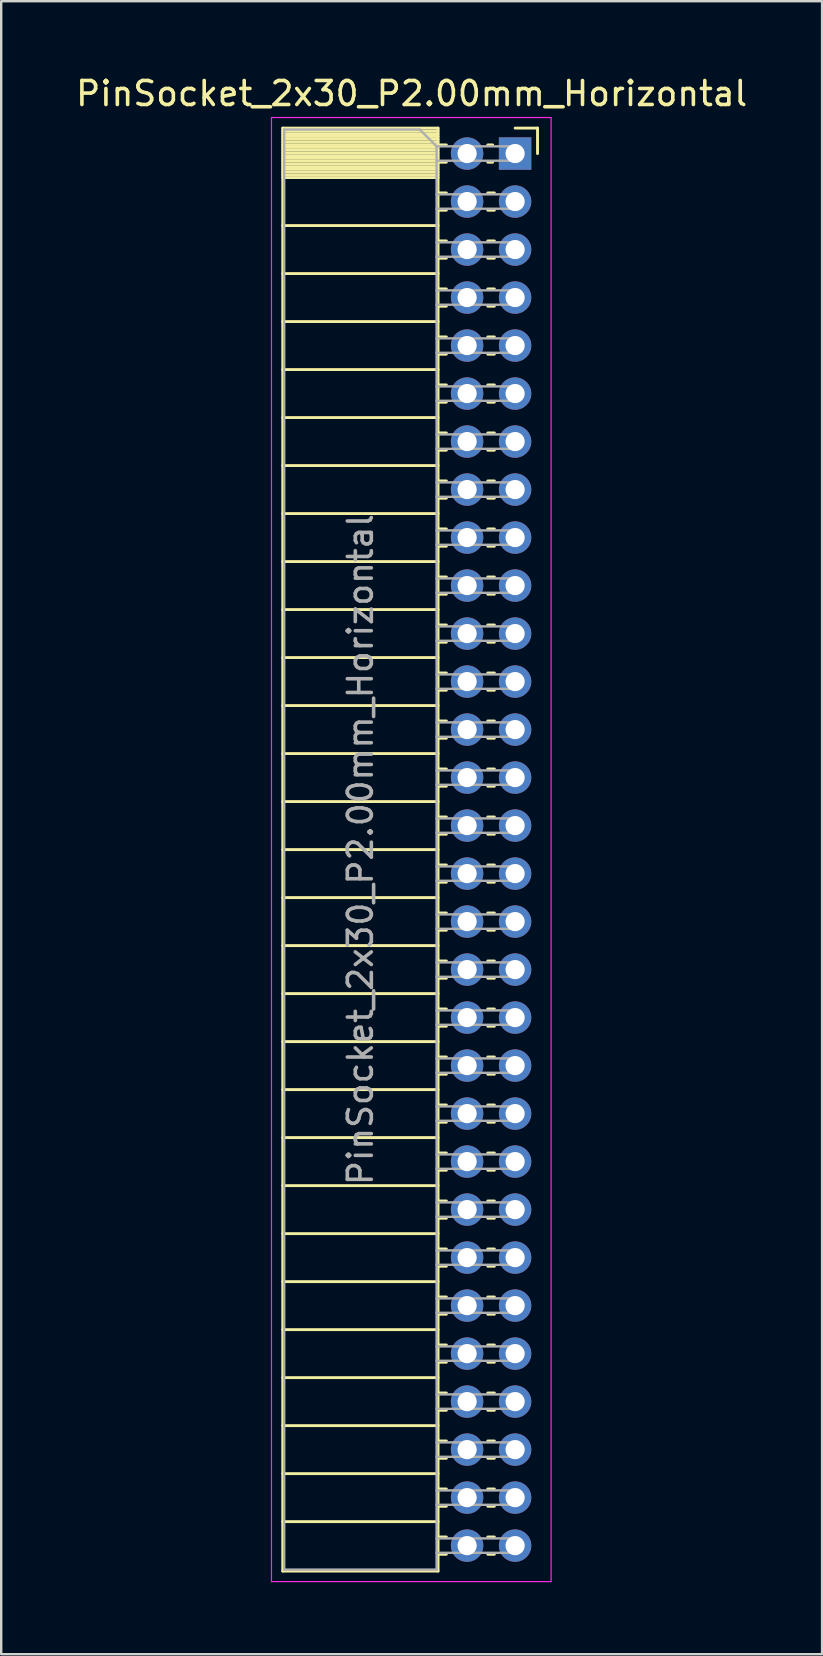
<source format=kicad_pcb>
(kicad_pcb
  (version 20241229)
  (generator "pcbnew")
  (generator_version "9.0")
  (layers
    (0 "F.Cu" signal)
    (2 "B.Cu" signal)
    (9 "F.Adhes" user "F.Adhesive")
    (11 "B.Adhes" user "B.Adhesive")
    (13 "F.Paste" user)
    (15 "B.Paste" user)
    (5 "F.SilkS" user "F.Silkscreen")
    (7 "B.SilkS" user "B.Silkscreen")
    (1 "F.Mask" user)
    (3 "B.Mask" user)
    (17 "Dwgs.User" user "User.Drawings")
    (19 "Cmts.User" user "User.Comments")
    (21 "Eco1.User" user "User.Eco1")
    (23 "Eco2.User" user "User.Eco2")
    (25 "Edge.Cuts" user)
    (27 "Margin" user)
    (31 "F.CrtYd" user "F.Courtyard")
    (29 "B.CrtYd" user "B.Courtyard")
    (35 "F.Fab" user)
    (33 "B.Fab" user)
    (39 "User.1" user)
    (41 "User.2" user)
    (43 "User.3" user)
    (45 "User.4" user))
  (footprint "PinSocket_2x30_P2.00mm_Horizontal"
    (layer "F.Cu")
    (at 18.411 3.348)
    (property "Reference" "PinSocket_2x30_P2.00mm_Horizontal" (at -4.31 -2.5 0) (layer "F.SilkS") (effects (font (size 1 1) (thickness 0.15))))
    (attr through_hole)
    (fp_line (start -9.68 -1.06) (end -9.68 59.06) (stroke (width 0.12) (type solid)) (layer "F.SilkS"))
    (fp_line (start -9.68 -1.06) (end -3.21 -1.06) (stroke (width 0.12) (type solid)) (layer "F.SilkS"))
    (fp_line (start -9.68 -0.94) (end -3.21 -0.94) (stroke (width 0.12) (type solid)) (layer "F.SilkS"))
    (fp_line (start -9.68 -0.826) (end -3.21 -0.826) (stroke (width 0.12) (type solid)) (layer "F.SilkS"))
    (fp_line (start -9.68 -0.712) (end -3.21 -0.712) (stroke (width 0.12) (type solid)) (layer "F.SilkS"))
    (fp_line (start -9.68 -0.598) (end -3.21 -0.598) (stroke (width 0.12) (type solid)) (layer "F.SilkS"))
    (fp_line (start -9.68 -0.484) (end -3.21 -0.484) (stroke (width 0.12) (type solid)) (layer "F.SilkS"))
    (fp_line (start -9.68 -0.369) (end -3.21 -0.369) (stroke (width 0.12) (type solid)) (layer "F.SilkS"))
    (fp_line (start -9.68 -0.255) (end -3.21 -0.255) (stroke (width 0.12) (type solid)) (layer "F.SilkS"))
    (fp_line (start -9.68 -0.141) (end -3.21 -0.141) (stroke (width 0.12) (type solid)) (layer "F.SilkS"))
    (fp_line (start -9.68 -0.027) (end -3.21 -0.027) (stroke (width 0.12) (type solid)) (layer "F.SilkS"))
    (fp_line (start -9.68 0.087) (end -3.21 0.087) (stroke (width 0.12) (type solid)) (layer "F.SilkS"))
    (fp_line (start -9.68 0.201) (end -3.21 0.201) (stroke (width 0.12) (type solid)) (layer "F.SilkS"))
    (fp_line (start -9.68 0.315) (end -3.21 0.315) (stroke (width 0.12) (type solid)) (layer "F.SilkS"))
    (fp_line (start -9.68 0.429) (end -3.21 0.429) (stroke (width 0.12) (type solid)) (layer "F.SilkS"))
    (fp_line (start -9.68 0.544) (end -3.21 0.544) (stroke (width 0.12) (type solid)) (layer "F.SilkS"))
    (fp_line (start -9.68 0.658) (end -3.21 0.658) (stroke (width 0.12) (type solid)) (layer "F.SilkS"))
    (fp_line (start -9.68 0.772) (end -3.21 0.772) (stroke (width 0.12) (type solid)) (layer "F.SilkS"))
    (fp_line (start -9.68 0.886) (end -3.21 0.886) (stroke (width 0.12) (type solid)) (layer "F.SilkS"))
    (fp_line (start -9.68 1) (end -3.21 1) (stroke (width 0.12) (type solid)) (layer "F.SilkS"))
    (fp_line (start -9.68 3) (end -3.21 3) (stroke (width 0.12) (type solid)) (layer "F.SilkS"))
    (fp_line (start -9.68 5) (end -3.21 5) (stroke (width 0.12) (type solid)) (layer "F.SilkS"))
    (fp_line (start -9.68 7) (end -3.21 7) (stroke (width 0.12) (type solid)) (layer "F.SilkS"))
    (fp_line (start -9.68 9) (end -3.21 9) (stroke (width 0.12) (type solid)) (layer "F.SilkS"))
    (fp_line (start -9.68 11) (end -3.21 11) (stroke (width 0.12) (type solid)) (layer "F.SilkS"))
    (fp_line (start -9.68 13) (end -3.21 13) (stroke (width 0.12) (type solid)) (layer "F.SilkS"))
    (fp_line (start -9.68 15) (end -3.21 15) (stroke (width 0.12) (type solid)) (layer "F.SilkS"))
    (fp_line (start -9.68 17) (end -3.21 17) (stroke (width 0.12) (type solid)) (layer "F.SilkS"))
    (fp_line (start -9.68 19) (end -3.21 19) (stroke (width 0.12) (type solid)) (layer "F.SilkS"))
    (fp_line (start -9.68 21) (end -3.21 21) (stroke (width 0.12) (type solid)) (layer "F.SilkS"))
    (fp_line (start -9.68 23) (end -3.21 23) (stroke (width 0.12) (type solid)) (layer "F.SilkS"))
    (fp_line (start -9.68 25) (end -3.21 25) (stroke (width 0.12) (type solid)) (layer "F.SilkS"))
    (fp_line (start -9.68 27) (end -3.21 27) (stroke (width 0.12) (type solid)) (layer "F.SilkS"))
    (fp_line (start -9.68 29) (end -3.21 29) (stroke (width 0.12) (type solid)) (layer "F.SilkS"))
    (fp_line (start -9.68 31) (end -3.21 31) (stroke (width 0.12) (type solid)) (layer "F.SilkS"))
    (fp_line (start -9.68 33) (end -3.21 33) (stroke (width 0.12) (type solid)) (layer "F.SilkS"))
    (fp_line (start -9.68 35) (end -3.21 35) (stroke (width 0.12) (type solid)) (layer "F.SilkS"))
    (fp_line (start -9.68 37) (end -3.21 37) (stroke (width 0.12) (type solid)) (layer "F.SilkS"))
    (fp_line (start -9.68 39) (end -3.21 39) (stroke (width 0.12) (type solid)) (layer "F.SilkS"))
    (fp_line (start -9.68 41) (end -3.21 41) (stroke (width 0.12) (type solid)) (layer "F.SilkS"))
    (fp_line (start -9.68 43) (end -3.21 43) (stroke (width 0.12) (type solid)) (layer "F.SilkS"))
    (fp_line (start -9.68 45) (end -3.21 45) (stroke (width 0.12) (type solid)) (layer "F.SilkS"))
    (fp_line (start -9.68 47) (end -3.21 47) (stroke (width 0.12) (type solid)) (layer "F.SilkS"))
    (fp_line (start -9.68 49) (end -3.21 49) (stroke (width 0.12) (type solid)) (layer "F.SilkS"))
    (fp_line (start -9.68 51) (end -3.21 51) (stroke (width 0.12) (type solid)) (layer "F.SilkS"))
    (fp_line (start -9.68 53) (end -3.21 53) (stroke (width 0.12) (type solid)) (layer "F.SilkS"))
    (fp_line (start -9.68 55) (end -3.21 55) (stroke (width 0.12) (type solid)) (layer "F.SilkS"))
    (fp_line (start -9.68 57) (end -3.21 57) (stroke (width 0.12) (type solid)) (layer "F.SilkS"))
    (fp_line (start -9.68 59.06) (end -3.21 59.06) (stroke (width 0.12) (type solid)) (layer "F.SilkS"))
    (fp_line (start -3.21 -1.06) (end -3.21 59.06) (stroke (width 0.12) (type solid)) (layer "F.SilkS"))
    (fp_line (start -3.21 -0.36) (end -2.863 -0.36) (stroke (width 0.12) (type solid)) (layer "F.SilkS"))
    (fp_line (start -3.21 0.36) (end -2.863 0.36) (stroke (width 0.12) (type solid)) (layer "F.SilkS"))
    (fp_line (start -3.21 1.64) (end -2.863 1.64) (stroke (width 0.12) (type solid)) (layer "F.SilkS"))
    (fp_line (start -3.21 2.36) (end -2.863 2.36) (stroke (width 0.12) (type solid)) (layer "F.SilkS"))
    (fp_line (start -3.21 3.64) (end -2.863 3.64) (stroke (width 0.12) (type solid)) (layer "F.SilkS"))
    (fp_line (start -3.21 4.36) (end -2.863 4.36) (stroke (width 0.12) (type solid)) (layer "F.SilkS"))
    (fp_line (start -3.21 5.64) (end -2.863 5.64) (stroke (width 0.12) (type solid)) (layer "F.SilkS"))
    (fp_line (start -3.21 6.36) (end -2.863 6.36) (stroke (width 0.12) (type solid)) (layer "F.SilkS"))
    (fp_line (start -3.21 7.64) (end -2.863 7.64) (stroke (width 0.12) (type solid)) (layer "F.SilkS"))
    (fp_line (start -3.21 8.36) (end -2.863 8.36) (stroke (width 0.12) (type solid)) (layer "F.SilkS"))
    (fp_line (start -3.21 9.64) (end -2.863 9.64) (stroke (width 0.12) (type solid)) (layer "F.SilkS"))
    (fp_line (start -3.21 10.36) (end -2.863 10.36) (stroke (width 0.12) (type solid)) (layer "F.SilkS"))
    (fp_line (start -3.21 11.64) (end -2.863 11.64) (stroke (width 0.12) (type solid)) (layer "F.SilkS"))
    (fp_line (start -3.21 12.36) (end -2.863 12.36) (stroke (width 0.12) (type solid)) (layer "F.SilkS"))
    (fp_line (start -3.21 13.64) (end -2.863 13.64) (stroke (width 0.12) (type solid)) (layer "F.SilkS"))
    (fp_line (start -3.21 14.36) (end -2.863 14.36) (stroke (width 0.12) (type solid)) (layer "F.SilkS"))
    (fp_line (start -3.21 15.64) (end -2.863 15.64) (stroke (width 0.12) (type solid)) (layer "F.SilkS"))
    (fp_line (start -3.21 16.36) (end -2.863 16.36) (stroke (width 0.12) (type solid)) (layer "F.SilkS"))
    (fp_line (start -3.21 17.64) (end -2.863 17.64) (stroke (width 0.12) (type solid)) (layer "F.SilkS"))
    (fp_line (start -3.21 18.36) (end -2.863 18.36) (stroke (width 0.12) (type solid)) (layer "F.SilkS"))
    (fp_line (start -3.21 19.64) (end -2.863 19.64) (stroke (width 0.12) (type solid)) (layer "F.SilkS"))
    (fp_line (start -3.21 20.36) (end -2.863 20.36) (stroke (width 0.12) (type solid)) (layer "F.SilkS"))
    (fp_line (start -3.21 21.64) (end -2.863 21.64) (stroke (width 0.12) (type solid)) (layer "F.SilkS"))
    (fp_line (start -3.21 22.36) (end -2.863 22.36) (stroke (width 0.12) (type solid)) (layer "F.SilkS"))
    (fp_line (start -3.21 23.64) (end -2.863 23.64) (stroke (width 0.12) (type solid)) (layer "F.SilkS"))
    (fp_line (start -3.21 24.36) (end -2.863 24.36) (stroke (width 0.12) (type solid)) (layer "F.SilkS"))
    (fp_line (start -3.21 25.64) (end -2.863 25.64) (stroke (width 0.12) (type solid)) (layer "F.SilkS"))
    (fp_line (start -3.21 26.36) (end -2.863 26.36) (stroke (width 0.12) (type solid)) (layer "F.SilkS"))
    (fp_line (start -3.21 27.64) (end -2.863 27.64) (stroke (width 0.12) (type solid)) (layer "F.SilkS"))
    (fp_line (start -3.21 28.36) (end -2.863 28.36) (stroke (width 0.12) (type solid)) (layer "F.SilkS"))
    (fp_line (start -3.21 29.64) (end -2.863 29.64) (stroke (width 0.12) (type solid)) (layer "F.SilkS"))
    (fp_line (start -3.21 30.36) (end -2.863 30.36) (stroke (width 0.12) (type solid)) (layer "F.SilkS"))
    (fp_line (start -3.21 31.64) (end -2.863 31.64) (stroke (width 0.12) (type solid)) (layer "F.SilkS"))
    (fp_line (start -3.21 32.36) (end -2.863 32.36) (stroke (width 0.12) (type solid)) (layer "F.SilkS"))
    (fp_line (start -3.21 33.64) (end -2.863 33.64) (stroke (width 0.12) (type solid)) (layer "F.SilkS"))
    (fp_line (start -3.21 34.36) (end -2.863 34.36) (stroke (width 0.12) (type solid)) (layer "F.SilkS"))
    (fp_line (start -3.21 35.64) (end -2.863 35.64) (stroke (width 0.12) (type solid)) (layer "F.SilkS"))
    (fp_line (start -3.21 36.36) (end -2.863 36.36) (stroke (width 0.12) (type solid)) (layer "F.SilkS"))
    (fp_line (start -3.21 37.64) (end -2.863 37.64) (stroke (width 0.12) (type solid)) (layer "F.SilkS"))
    (fp_line (start -3.21 38.36) (end -2.863 38.36) (stroke (width 0.12) (type solid)) (layer "F.SilkS"))
    (fp_line (start -3.21 39.64) (end -2.863 39.64) (stroke (width 0.12) (type solid)) (layer "F.SilkS"))
    (fp_line (start -3.21 40.36) (end -2.863 40.36) (stroke (width 0.12) (type solid)) (layer "F.SilkS"))
    (fp_line (start -3.21 41.64) (end -2.863 41.64) (stroke (width 0.12) (type solid)) (layer "F.SilkS"))
    (fp_line (start -3.21 42.36) (end -2.863 42.36) (stroke (width 0.12) (type solid)) (layer "F.SilkS"))
    (fp_line (start -3.21 43.64) (end -2.863 43.64) (stroke (width 0.12) (type solid)) (layer "F.SilkS"))
    (fp_line (start -3.21 44.36) (end -2.863 44.36) (stroke (width 0.12) (type solid)) (layer "F.SilkS"))
    (fp_line (start -3.21 45.64) (end -2.863 45.64) (stroke (width 0.12) (type solid)) (layer "F.SilkS"))
    (fp_line (start -3.21 46.36) (end -2.863 46.36) (stroke (width 0.12) (type solid)) (layer "F.SilkS"))
    (fp_line (start -3.21 47.64) (end -2.863 47.64) (stroke (width 0.12) (type solid)) (layer "F.SilkS"))
    (fp_line (start -3.21 48.36) (end -2.863 48.36) (stroke (width 0.12) (type solid)) (layer "F.SilkS"))
    (fp_line (start -3.21 49.64) (end -2.863 49.64) (stroke (width 0.12) (type solid)) (layer "F.SilkS"))
    (fp_line (start -3.21 50.36) (end -2.863 50.36) (stroke (width 0.12) (type solid)) (layer "F.SilkS"))
    (fp_line (start -3.21 51.64) (end -2.863 51.64) (stroke (width 0.12) (type solid)) (layer "F.SilkS"))
    (fp_line (start -3.21 52.36) (end -2.863 52.36) (stroke (width 0.12) (type solid)) (layer "F.SilkS"))
    (fp_line (start -3.21 53.64) (end -2.863 53.64) (stroke (width 0.12) (type solid)) (layer "F.SilkS"))
    (fp_line (start -3.21 54.36) (end -2.863 54.36) (stroke (width 0.12) (type solid)) (layer "F.SilkS"))
    (fp_line (start -3.21 55.64) (end -2.863 55.64) (stroke (width 0.12) (type solid)) (layer "F.SilkS"))
    (fp_line (start -3.21 56.36) (end -2.863 56.36) (stroke (width 0.12) (type solid)) (layer "F.SilkS"))
    (fp_line (start -3.21 57.64) (end -2.863 57.64) (stroke (width 0.12) (type solid)) (layer "F.SilkS"))
    (fp_line (start -3.21 58.36) (end -2.863 58.36) (stroke (width 0.12) (type solid)) (layer "F.SilkS"))
    (fp_line (start -1.137 -0.36) (end -0.935 -0.36) (stroke (width 0.12) (type solid)) (layer "F.SilkS"))
    (fp_line (start -1.137 0.36) (end -0.935 0.36) (stroke (width 0.12) (type solid)) (layer "F.SilkS"))
    (fp_line (start -1.137 1.64) (end -0.863 1.64) (stroke (width 0.12) (type solid)) (layer "F.SilkS"))
    (fp_line (start -1.137 2.36) (end -0.863 2.36) (stroke (width 0.12) (type solid)) (layer "F.SilkS"))
    (fp_line (start -1.137 3.64) (end -0.863 3.64) (stroke (width 0.12) (type solid)) (layer "F.SilkS"))
    (fp_line (start -1.137 4.36) (end -0.863 4.36) (stroke (width 0.12) (type solid)) (layer "F.SilkS"))
    (fp_line (start -1.137 5.64) (end -0.863 5.64) (stroke (width 0.12) (type solid)) (layer "F.SilkS"))
    (fp_line (start -1.137 6.36) (end -0.863 6.36) (stroke (width 0.12) (type solid)) (layer "F.SilkS"))
    (fp_line (start -1.137 7.64) (end -0.863 7.64) (stroke (width 0.12) (type solid)) (layer "F.SilkS"))
    (fp_line (start -1.137 8.36) (end -0.863 8.36) (stroke (width 0.12) (type solid)) (layer "F.SilkS"))
    (fp_line (start -1.137 9.64) (end -0.863 9.64) (stroke (width 0.12) (type solid)) (layer "F.SilkS"))
    (fp_line (start -1.137 10.36) (end -0.863 10.36) (stroke (width 0.12) (type solid)) (layer "F.SilkS"))
    (fp_line (start -1.137 11.64) (end -0.863 11.64) (stroke (width 0.12) (type solid)) (layer "F.SilkS"))
    (fp_line (start -1.137 12.36) (end -0.863 12.36) (stroke (width 0.12) (type solid)) (layer "F.SilkS"))
    (fp_line (start -1.137 13.64) (end -0.863 13.64) (stroke (width 0.12) (type solid)) (layer "F.SilkS"))
    (fp_line (start -1.137 14.36) (end -0.863 14.36) (stroke (width 0.12) (type solid)) (layer "F.SilkS"))
    (fp_line (start -1.137 15.64) (end -0.863 15.64) (stroke (width 0.12) (type solid)) (layer "F.SilkS"))
    (fp_line (start -1.137 16.36) (end -0.863 16.36) (stroke (width 0.12) (type solid)) (layer "F.SilkS"))
    (fp_line (start -1.137 17.64) (end -0.863 17.64) (stroke (width 0.12) (type solid)) (layer "F.SilkS"))
    (fp_line (start -1.137 18.36) (end -0.863 18.36) (stroke (width 0.12) (type solid)) (layer "F.SilkS"))
    (fp_line (start -1.137 19.64) (end -0.863 19.64) (stroke (width 0.12) (type solid)) (layer "F.SilkS"))
    (fp_line (start -1.137 20.36) (end -0.863 20.36) (stroke (width 0.12) (type solid)) (layer "F.SilkS"))
    (fp_line (start -1.137 21.64) (end -0.863 21.64) (stroke (width 0.12) (type solid)) (layer "F.SilkS"))
    (fp_line (start -1.137 22.36) (end -0.863 22.36) (stroke (width 0.12) (type solid)) (layer "F.SilkS"))
    (fp_line (start -1.137 23.64) (end -0.863 23.64) (stroke (width 0.12) (type solid)) (layer "F.SilkS"))
    (fp_line (start -1.137 24.36) (end -0.863 24.36) (stroke (width 0.12) (type solid)) (layer "F.SilkS"))
    (fp_line (start -1.137 25.64) (end -0.863 25.64) (stroke (width 0.12) (type solid)) (layer "F.SilkS"))
    (fp_line (start -1.137 26.36) (end -0.863 26.36) (stroke (width 0.12) (type solid)) (layer "F.SilkS"))
    (fp_line (start -1.137 27.64) (end -0.863 27.64) (stroke (width 0.12) (type solid)) (layer "F.SilkS"))
    (fp_line (start -1.137 28.36) (end -0.863 28.36) (stroke (width 0.12) (type solid)) (layer "F.SilkS"))
    (fp_line (start -1.137 29.64) (end -0.863 29.64) (stroke (width 0.12) (type solid)) (layer "F.SilkS"))
    (fp_line (start -1.137 30.36) (end -0.863 30.36) (stroke (width 0.12) (type solid)) (layer "F.SilkS"))
    (fp_line (start -1.137 31.64) (end -0.863 31.64) (stroke (width 0.12) (type solid)) (layer "F.SilkS"))
    (fp_line (start -1.137 32.36) (end -0.863 32.36) (stroke (width 0.12) (type solid)) (layer "F.SilkS"))
    (fp_line (start -1.137 33.64) (end -0.863 33.64) (stroke (width 0.12) (type solid)) (layer "F.SilkS"))
    (fp_line (start -1.137 34.36) (end -0.863 34.36) (stroke (width 0.12) (type solid)) (layer "F.SilkS"))
    (fp_line (start -1.137 35.64) (end -0.863 35.64) (stroke (width 0.12) (type solid)) (layer "F.SilkS"))
    (fp_line (start -1.137 36.36) (end -0.863 36.36) (stroke (width 0.12) (type solid)) (layer "F.SilkS"))
    (fp_line (start -1.137 37.64) (end -0.863 37.64) (stroke (width 0.12) (type solid)) (layer "F.SilkS"))
    (fp_line (start -1.137 38.36) (end -0.863 38.36) (stroke (width 0.12) (type solid)) (layer "F.SilkS"))
    (fp_line (start -1.137 39.64) (end -0.863 39.64) (stroke (width 0.12) (type solid)) (layer "F.SilkS"))
    (fp_line (start -1.137 40.36) (end -0.863 40.36) (stroke (width 0.12) (type solid)) (layer "F.SilkS"))
    (fp_line (start -1.137 41.64) (end -0.863 41.64) (stroke (width 0.12) (type solid)) (layer "F.SilkS"))
    (fp_line (start -1.137 42.36) (end -0.863 42.36) (stroke (width 0.12) (type solid)) (layer "F.SilkS"))
    (fp_line (start -1.137 43.64) (end -0.863 43.64) (stroke (width 0.12) (type solid)) (layer "F.SilkS"))
    (fp_line (start -1.137 44.36) (end -0.863 44.36) (stroke (width 0.12) (type solid)) (layer "F.SilkS"))
    (fp_line (start -1.137 45.64) (end -0.863 45.64) (stroke (width 0.12) (type solid)) (layer "F.SilkS"))
    (fp_line (start -1.137 46.36) (end -0.863 46.36) (stroke (width 0.12) (type solid)) (layer "F.SilkS"))
    (fp_line (start -1.137 47.64) (end -0.863 47.64) (stroke (width 0.12) (type solid)) (layer "F.SilkS"))
    (fp_line (start -1.137 48.36) (end -0.863 48.36) (stroke (width 0.12) (type solid)) (layer "F.SilkS"))
    (fp_line (start -1.137 49.64) (end -0.863 49.64) (stroke (width 0.12) (type solid)) (layer "F.SilkS"))
    (fp_line (start -1.137 50.36) (end -0.863 50.36) (stroke (width 0.12) (type solid)) (layer "F.SilkS"))
    (fp_line (start -1.137 51.64) (end -0.863 51.64) (stroke (width 0.12) (type solid)) (layer "F.SilkS"))
    (fp_line (start -1.137 52.36) (end -0.863 52.36) (stroke (width 0.12) (type solid)) (layer "F.SilkS"))
    (fp_line (start -1.137 53.64) (end -0.863 53.64) (stroke (width 0.12) (type solid)) (layer "F.SilkS"))
    (fp_line (start -1.137 54.36) (end -0.863 54.36) (stroke (width 0.12) (type solid)) (layer "F.SilkS"))
    (fp_line (start -1.137 55.64) (end -0.863 55.64) (stroke (width 0.12) (type solid)) (layer "F.SilkS"))
    (fp_line (start -1.137 56.36) (end -0.863 56.36) (stroke (width 0.12) (type solid)) (layer "F.SilkS"))
    (fp_line (start -1.137 57.64) (end -0.863 57.64) (stroke (width 0.12) (type solid)) (layer "F.SilkS"))
    (fp_line (start -1.137 58.36) (end -0.863 58.36) (stroke (width 0.12) (type solid)) (layer "F.SilkS"))
    (fp_line (start 0 -1.06) (end 0.935 -1.06) (stroke (width 0.12) (type solid)) (layer "F.SilkS"))
    (fp_line (start 0.935 -1.06) (end 0.935 0) (stroke (width 0.12) (type solid)) (layer "F.SilkS"))
    (fp_line (start -10.15 -1.5) (end -10.15 59.5) (stroke (width 0.05) (type solid)) (layer "F.CrtYd"))
    (fp_line (start -10.15 59.5) (end 1.5 59.5) (stroke (width 0.05) (type solid)) (layer "F.CrtYd"))
    (fp_line (start 1.5 -1.5) (end -10.15 -1.5) (stroke (width 0.05) (type solid)) (layer "F.CrtYd"))
    (fp_line (start 1.5 59.5) (end 1.5 -1.5) (stroke (width 0.05) (type solid)) (layer "F.CrtYd"))
    (fp_line (start -9.62 -1) (end -3.97 -1) (stroke (width 0.1) (type solid)) (layer "F.Fab"))
    (fp_line (start -9.62 59) (end -9.62 -1) (stroke (width 0.1) (type solid)) (layer "F.Fab"))
    (fp_line (start -3.97 -1) (end -3.27 -0.3) (stroke (width 0.1) (type solid)) (layer "F.Fab"))
    (fp_line (start -3.27 -0.3) (end -3.27 59) (stroke (width 0.1) (type solid)) (layer "F.Fab"))
    (fp_line (start -3.27 0.3) (end 0 0.3) (stroke (width 0.1) (type solid)) (layer "F.Fab"))
    (fp_line (start -3.27 2.3) (end 0 2.3) (stroke (width 0.1) (type solid)) (layer "F.Fab"))
    (fp_line (start -3.27 4.3) (end 0 4.3) (stroke (width 0.1) (type solid)) (layer "F.Fab"))
    (fp_line (start -3.27 6.3) (end 0 6.3) (stroke (width 0.1) (type solid)) (layer "F.Fab"))
    (fp_line (start -3.27 8.3) (end 0 8.3) (stroke (width 0.1) (type solid)) (layer "F.Fab"))
    (fp_line (start -3.27 10.3) (end 0 10.3) (stroke (width 0.1) (type solid)) (layer "F.Fab"))
    (fp_line (start -3.27 12.3) (end 0 12.3) (stroke (width 0.1) (type solid)) (layer "F.Fab"))
    (fp_line (start -3.27 14.3) (end 0 14.3) (stroke (width 0.1) (type solid)) (layer "F.Fab"))
    (fp_line (start -3.27 16.3) (end 0 16.3) (stroke (width 0.1) (type solid)) (layer "F.Fab"))
    (fp_line (start -3.27 18.3) (end 0 18.3) (stroke (width 0.1) (type solid)) (layer "F.Fab"))
    (fp_line (start -3.27 20.3) (end 0 20.3) (stroke (width 0.1) (type solid)) (layer "F.Fab"))
    (fp_line (start -3.27 22.3) (end 0 22.3) (stroke (width 0.1) (type solid)) (layer "F.Fab"))
    (fp_line (start -3.27 24.3) (end 0 24.3) (stroke (width 0.1) (type solid)) (layer "F.Fab"))
    (fp_line (start -3.27 26.3) (end 0 26.3) (stroke (width 0.1) (type solid)) (layer "F.Fab"))
    (fp_line (start -3.27 28.3) (end 0 28.3) (stroke (width 0.1) (type solid)) (layer "F.Fab"))
    (fp_line (start -3.27 30.3) (end 0 30.3) (stroke (width 0.1) (type solid)) (layer "F.Fab"))
    (fp_line (start -3.27 32.3) (end 0 32.3) (stroke (width 0.1) (type solid)) (layer "F.Fab"))
    (fp_line (start -3.27 34.3) (end 0 34.3) (stroke (width 0.1) (type solid)) (layer "F.Fab"))
    (fp_line (start -3.27 36.3) (end 0 36.3) (stroke (width 0.1) (type solid)) (layer "F.Fab"))
    (fp_line (start -3.27 38.3) (end 0 38.3) (stroke (width 0.1) (type solid)) (layer "F.Fab"))
    (fp_line (start -3.27 40.3) (end 0 40.3) (stroke (width 0.1) (type solid)) (layer "F.Fab"))
    (fp_line (start -3.27 42.3) (end 0 42.3) (stroke (width 0.1) (type solid)) (layer "F.Fab"))
    (fp_line (start -3.27 44.3) (end 0 44.3) (stroke (width 0.1) (type solid)) (layer "F.Fab"))
    (fp_line (start -3.27 46.3) (end 0 46.3) (stroke (width 0.1) (type solid)) (layer "F.Fab"))
    (fp_line (start -3.27 48.3) (end 0 48.3) (stroke (width 0.1) (type solid)) (layer "F.Fab"))
    (fp_line (start -3.27 50.3) (end 0 50.3) (stroke (width 0.1) (type solid)) (layer "F.Fab"))
    (fp_line (start -3.27 52.3) (end 0 52.3) (stroke (width 0.1) (type solid)) (layer "F.Fab"))
    (fp_line (start -3.27 54.3) (end 0 54.3) (stroke (width 0.1) (type solid)) (layer "F.Fab"))
    (fp_line (start -3.27 56.3) (end 0 56.3) (stroke (width 0.1) (type solid)) (layer "F.Fab"))
    (fp_line (start -3.27 58.3) (end 0 58.3) (stroke (width 0.1) (type solid)) (layer "F.Fab"))
    (fp_line (start -3.27 59) (end -9.62 59) (stroke (width 0.1) (type solid)) (layer "F.Fab"))
    (fp_line (start 0 -0.3) (end -3.27 -0.3) (stroke (width 0.1) (type solid)) (layer "F.Fab"))
    (fp_line (start 0 0.3) (end 0 -0.3) (stroke (width 0.1) (type solid)) (layer "F.Fab"))
    (fp_line (start 0 1.7) (end -3.27 1.7) (stroke (width 0.1) (type solid)) (layer "F.Fab"))
    (fp_line (start 0 2.3) (end 0 1.7) (stroke (width 0.1) (type solid)) (layer "F.Fab"))
    (fp_line (start 0 3.7) (end -3.27 3.7) (stroke (width 0.1) (type solid)) (layer "F.Fab"))
    (fp_line (start 0 4.3) (end 0 3.7) (stroke (width 0.1) (type solid)) (layer "F.Fab"))
    (fp_line (start 0 5.7) (end -3.27 5.7) (stroke (width 0.1) (type solid)) (layer "F.Fab"))
    (fp_line (start 0 6.3) (end 0 5.7) (stroke (width 0.1) (type solid)) (layer "F.Fab"))
    (fp_line (start 0 7.7) (end -3.27 7.7) (stroke (width 0.1) (type solid)) (layer "F.Fab"))
    (fp_line (start 0 8.3) (end 0 7.7) (stroke (width 0.1) (type solid)) (layer "F.Fab"))
    (fp_line (start 0 9.7) (end -3.27 9.7) (stroke (width 0.1) (type solid)) (layer "F.Fab"))
    (fp_line (start 0 10.3) (end 0 9.7) (stroke (width 0.1) (type solid)) (layer "F.Fab"))
    (fp_line (start 0 11.7) (end -3.27 11.7) (stroke (width 0.1) (type solid)) (layer "F.Fab"))
    (fp_line (start 0 12.3) (end 0 11.7) (stroke (width 0.1) (type solid)) (layer "F.Fab"))
    (fp_line (start 0 13.7) (end -3.27 13.7) (stroke (width 0.1) (type solid)) (layer "F.Fab"))
    (fp_line (start 0 14.3) (end 0 13.7) (stroke (width 0.1) (type solid)) (layer "F.Fab"))
    (fp_line (start 0 15.7) (end -3.27 15.7) (stroke (width 0.1) (type solid)) (layer "F.Fab"))
    (fp_line (start 0 16.3) (end 0 15.7) (stroke (width 0.1) (type solid)) (layer "F.Fab"))
    (fp_line (start 0 17.7) (end -3.27 17.7) (stroke (width 0.1) (type solid)) (layer "F.Fab"))
    (fp_line (start 0 18.3) (end 0 17.7) (stroke (width 0.1) (type solid)) (layer "F.Fab"))
    (fp_line (start 0 19.7) (end -3.27 19.7) (stroke (width 0.1) (type solid)) (layer "F.Fab"))
    (fp_line (start 0 20.3) (end 0 19.7) (stroke (width 0.1) (type solid)) (layer "F.Fab"))
    (fp_line (start 0 21.7) (end -3.27 21.7) (stroke (width 0.1) (type solid)) (layer "F.Fab"))
    (fp_line (start 0 22.3) (end 0 21.7) (stroke (width 0.1) (type solid)) (layer "F.Fab"))
    (fp_line (start 0 23.7) (end -3.27 23.7) (stroke (width 0.1) (type solid)) (layer "F.Fab"))
    (fp_line (start 0 24.3) (end 0 23.7) (stroke (width 0.1) (type solid)) (layer "F.Fab"))
    (fp_line (start 0 25.7) (end -3.27 25.7) (stroke (width 0.1) (type solid)) (layer "F.Fab"))
    (fp_line (start 0 26.3) (end 0 25.7) (stroke (width 0.1) (type solid)) (layer "F.Fab"))
    (fp_line (start 0 27.7) (end -3.27 27.7) (stroke (width 0.1) (type solid)) (layer "F.Fab"))
    (fp_line (start 0 28.3) (end 0 27.7) (stroke (width 0.1) (type solid)) (layer "F.Fab"))
    (fp_line (start 0 29.7) (end -3.27 29.7) (stroke (width 0.1) (type solid)) (layer "F.Fab"))
    (fp_line (start 0 30.3) (end 0 29.7) (stroke (width 0.1) (type solid)) (layer "F.Fab"))
    (fp_line (start 0 31.7) (end -3.27 31.7) (stroke (width 0.1) (type solid)) (layer "F.Fab"))
    (fp_line (start 0 32.3) (end 0 31.7) (stroke (width 0.1) (type solid)) (layer "F.Fab"))
    (fp_line (start 0 33.7) (end -3.27 33.7) (stroke (width 0.1) (type solid)) (layer "F.Fab"))
    (fp_line (start 0 34.3) (end 0 33.7) (stroke (width 0.1) (type solid)) (layer "F.Fab"))
    (fp_line (start 0 35.7) (end -3.27 35.7) (stroke (width 0.1) (type solid)) (layer "F.Fab"))
    (fp_line (start 0 36.3) (end 0 35.7) (stroke (width 0.1) (type solid)) (layer "F.Fab"))
    (fp_line (start 0 37.7) (end -3.27 37.7) (stroke (width 0.1) (type solid)) (layer "F.Fab"))
    (fp_line (start 0 38.3) (end 0 37.7) (stroke (width 0.1) (type solid)) (layer "F.Fab"))
    (fp_line (start 0 39.7) (end -3.27 39.7) (stroke (width 0.1) (type solid)) (layer "F.Fab"))
    (fp_line (start 0 40.3) (end 0 39.7) (stroke (width 0.1) (type solid)) (layer "F.Fab"))
    (fp_line (start 0 41.7) (end -3.27 41.7) (stroke (width 0.1) (type solid)) (layer "F.Fab"))
    (fp_line (start 0 42.3) (end 0 41.7) (stroke (width 0.1) (type solid)) (layer "F.Fab"))
    (fp_line (start 0 43.7) (end -3.27 43.7) (stroke (width 0.1) (type solid)) (layer "F.Fab"))
    (fp_line (start 0 44.3) (end 0 43.7) (stroke (width 0.1) (type solid)) (layer "F.Fab"))
    (fp_line (start 0 45.7) (end -3.27 45.7) (stroke (width 0.1) (type solid)) (layer "F.Fab"))
    (fp_line (start 0 46.3) (end 0 45.7) (stroke (width 0.1) (type solid)) (layer "F.Fab"))
    (fp_line (start 0 47.7) (end -3.27 47.7) (stroke (width 0.1) (type solid)) (layer "F.Fab"))
    (fp_line (start 0 48.3) (end 0 47.7) (stroke (width 0.1) (type solid)) (layer "F.Fab"))
    (fp_line (start 0 49.7) (end -3.27 49.7) (stroke (width 0.1) (type solid)) (layer "F.Fab"))
    (fp_line (start 0 50.3) (end 0 49.7) (stroke (width 0.1) (type solid)) (layer "F.Fab"))
    (fp_line (start 0 51.7) (end -3.27 51.7) (stroke (width 0.1) (type solid)) (layer "F.Fab"))
    (fp_line (start 0 52.3) (end 0 51.7) (stroke (width 0.1) (type solid)) (layer "F.Fab"))
    (fp_line (start 0 53.7) (end -3.27 53.7) (stroke (width 0.1) (type solid)) (layer "F.Fab"))
    (fp_line (start 0 54.3) (end 0 53.7) (stroke (width 0.1) (type solid)) (layer "F.Fab"))
    (fp_line (start 0 55.7) (end -3.27 55.7) (stroke (width 0.1) (type solid)) (layer "F.Fab"))
    (fp_line (start 0 56.3) (end 0 55.7) (stroke (width 0.1) (type solid)) (layer "F.Fab"))
    (fp_line (start 0 57.7) (end -3.27 57.7) (stroke (width 0.1) (type solid)) (layer "F.Fab"))
    (fp_line (start 0 58.3) (end 0 57.7) (stroke (width 0.1) (type solid)) (layer "F.Fab"))
    (fp_text user "${REFERENCE}" (at -6.445 29 90) (layer "F.Fab") (effects (font (size 1 1) (thickness 0.15))))
    (pad "1" thru_hole rect (at 0 0) (size 1.35 1.35) (drill 0.8) (layers "*.Cu" "*.Mask"))
    (pad "2" thru_hole oval (at -2 0) (size 1.35 1.35) (drill 0.8) (layers "*.Cu" "*.Mask"))
    (pad "3" thru_hole oval (at 0 2) (size 1.35 1.35) (drill 0.8) (layers "*.Cu" "*.Mask"))
    (pad "4" thru_hole oval (at -2 2) (size 1.35 1.35) (drill 0.8) (layers "*.Cu" "*.Mask"))
    (pad "5" thru_hole oval (at 0 4) (size 1.35 1.35) (drill 0.8) (layers "*.Cu" "*.Mask"))
    (pad "6" thru_hole oval (at -2 4) (size 1.35 1.35) (drill 0.8) (layers "*.Cu" "*.Mask"))
    (pad "7" thru_hole oval (at 0 6) (size 1.35 1.35) (drill 0.8) (layers "*.Cu" "*.Mask"))
    (pad "8" thru_hole oval (at -2 6) (size 1.35 1.35) (drill 0.8) (layers "*.Cu" "*.Mask"))
    (pad "9" thru_hole oval (at 0 8) (size 1.35 1.35) (drill 0.8) (layers "*.Cu" "*.Mask"))
    (pad "10" thru_hole oval (at -2 8) (size 1.35 1.35) (drill 0.8) (layers "*.Cu" "*.Mask"))
    (pad "11" thru_hole oval (at 0 10) (size 1.35 1.35) (drill 0.8) (layers "*.Cu" "*.Mask"))
    (pad "12" thru_hole oval (at -2 10) (size 1.35 1.35) (drill 0.8) (layers "*.Cu" "*.Mask"))
    (pad "13" thru_hole oval (at 0 12) (size 1.35 1.35) (drill 0.8) (layers "*.Cu" "*.Mask"))
    (pad "14" thru_hole oval (at -2 12) (size 1.35 1.35) (drill 0.8) (layers "*.Cu" "*.Mask"))
    (pad "15" thru_hole oval (at 0 14) (size 1.35 1.35) (drill 0.8) (layers "*.Cu" "*.Mask"))
    (pad "16" thru_hole oval (at -2 14) (size 1.35 1.35) (drill 0.8) (layers "*.Cu" "*.Mask"))
    (pad "17" thru_hole oval (at 0 16) (size 1.35 1.35) (drill 0.8) (layers "*.Cu" "*.Mask"))
    (pad "18" thru_hole oval (at -2 16) (size 1.35 1.35) (drill 0.8) (layers "*.Cu" "*.Mask"))
    (pad "19" thru_hole oval (at 0 18) (size 1.35 1.35) (drill 0.8) (layers "*.Cu" "*.Mask"))
    (pad "20" thru_hole oval (at -2 18) (size 1.35 1.35) (drill 0.8) (layers "*.Cu" "*.Mask"))
    (pad "21" thru_hole oval (at 0 20) (size 1.35 1.35) (drill 0.8) (layers "*.Cu" "*.Mask"))
    (pad "22" thru_hole oval (at -2 20) (size 1.35 1.35) (drill 0.8) (layers "*.Cu" "*.Mask"))
    (pad "23" thru_hole oval (at 0 22) (size 1.35 1.35) (drill 0.8) (layers "*.Cu" "*.Mask"))
    (pad "24" thru_hole oval (at -2 22) (size 1.35 1.35) (drill 0.8) (layers "*.Cu" "*.Mask"))
    (pad "25" thru_hole oval (at 0 24) (size 1.35 1.35) (drill 0.8) (layers "*.Cu" "*.Mask"))
    (pad "26" thru_hole oval (at -2 24) (size 1.35 1.35) (drill 0.8) (layers "*.Cu" "*.Mask"))
    (pad "27" thru_hole oval (at 0 26) (size 1.35 1.35) (drill 0.8) (layers "*.Cu" "*.Mask"))
    (pad "28" thru_hole oval (at -2 26) (size 1.35 1.35) (drill 0.8) (layers "*.Cu" "*.Mask"))
    (pad "29" thru_hole oval (at 0 28) (size 1.35 1.35) (drill 0.8) (layers "*.Cu" "*.Mask"))
    (pad "30" thru_hole oval (at -2 28) (size 1.35 1.35) (drill 0.8) (layers "*.Cu" "*.Mask"))
    (pad "31" thru_hole oval (at 0 30) (size 1.35 1.35) (drill 0.8) (layers "*.Cu" "*.Mask"))
    (pad "32" thru_hole oval (at -2 30) (size 1.35 1.35) (drill 0.8) (layers "*.Cu" "*.Mask"))
    (pad "33" thru_hole oval (at 0 32) (size 1.35 1.35) (drill 0.8) (layers "*.Cu" "*.Mask"))
    (pad "34" thru_hole oval (at -2 32) (size 1.35 1.35) (drill 0.8) (layers "*.Cu" "*.Mask"))
    (pad "35" thru_hole oval (at 0 34) (size 1.35 1.35) (drill 0.8) (layers "*.Cu" "*.Mask"))
    (pad "36" thru_hole oval (at -2 34) (size 1.35 1.35) (drill 0.8) (layers "*.Cu" "*.Mask"))
    (pad "37" thru_hole oval (at 0 36) (size 1.35 1.35) (drill 0.8) (layers "*.Cu" "*.Mask"))
    (pad "38" thru_hole oval (at -2 36) (size 1.35 1.35) (drill 0.8) (layers "*.Cu" "*.Mask"))
    (pad "39" thru_hole oval (at 0 38) (size 1.35 1.35) (drill 0.8) (layers "*.Cu" "*.Mask"))
    (pad "40" thru_hole oval (at -2 38) (size 1.35 1.35) (drill 0.8) (layers "*.Cu" "*.Mask"))
    (pad "41" thru_hole oval (at 0 40) (size 1.35 1.35) (drill 0.8) (layers "*.Cu" "*.Mask"))
    (pad "42" thru_hole oval (at -2 40) (size 1.35 1.35) (drill 0.8) (layers "*.Cu" "*.Mask"))
    (pad "43" thru_hole oval (at 0 42) (size 1.35 1.35) (drill 0.8) (layers "*.Cu" "*.Mask"))
    (pad "44" thru_hole oval (at -2 42) (size 1.35 1.35) (drill 0.8) (layers "*.Cu" "*.Mask"))
    (pad "45" thru_hole oval (at 0 44) (size 1.35 1.35) (drill 0.8) (layers "*.Cu" "*.Mask"))
    (pad "46" thru_hole oval (at -2 44) (size 1.35 1.35) (drill 0.8) (layers "*.Cu" "*.Mask"))
    (pad "47" thru_hole oval (at 0 46) (size 1.35 1.35) (drill 0.8) (layers "*.Cu" "*.Mask"))
    (pad "48" thru_hole oval (at -2 46) (size 1.35 1.35) (drill 0.8) (layers "*.Cu" "*.Mask"))
    (pad "49" thru_hole oval (at 0 48) (size 1.35 1.35) (drill 0.8) (layers "*.Cu" "*.Mask"))
    (pad "50" thru_hole oval (at -2 48) (size 1.35 1.35) (drill 0.8) (layers "*.Cu" "*.Mask"))
    (pad "51" thru_hole oval (at 0 50) (size 1.35 1.35) (drill 0.8) (layers "*.Cu" "*.Mask"))
    (pad "52" thru_hole oval (at -2 50) (size 1.35 1.35) (drill 0.8) (layers "*.Cu" "*.Mask"))
    (pad "53" thru_hole oval (at 0 52) (size 1.35 1.35) (drill 0.8) (layers "*.Cu" "*.Mask"))
    (pad "54" thru_hole oval (at -2 52) (size 1.35 1.35) (drill 0.8) (layers "*.Cu" "*.Mask"))
    (pad "55" thru_hole oval (at 0 54) (size 1.35 1.35) (drill 0.8) (layers "*.Cu" "*.Mask"))
    (pad "56" thru_hole oval (at -2 54) (size 1.35 1.35) (drill 0.8) (layers "*.Cu" "*.Mask"))
    (pad "57" thru_hole oval (at 0 56) (size 1.35 1.35) (drill 0.8) (layers "*.Cu" "*.Mask"))
    (pad "58" thru_hole oval (at -2 56) (size 1.35 1.35) (drill 0.8) (layers "*.Cu" "*.Mask"))
    (pad "59" thru_hole oval (at 0 58) (size 1.35 1.35) (drill 0.8) (layers "*.Cu" "*.Mask"))
    (pad "60" thru_hole oval (at -2 58) (size 1.35 1.35) (drill 0.8) (layers "*.Cu" "*.Mask")))
  (gr_rect
    (start -3 -3)
    (end 31.202 65.873)
    (stroke (width 0.1) (type default))
    (fill no)
    (layer "Edge.Cuts")))
</source>
